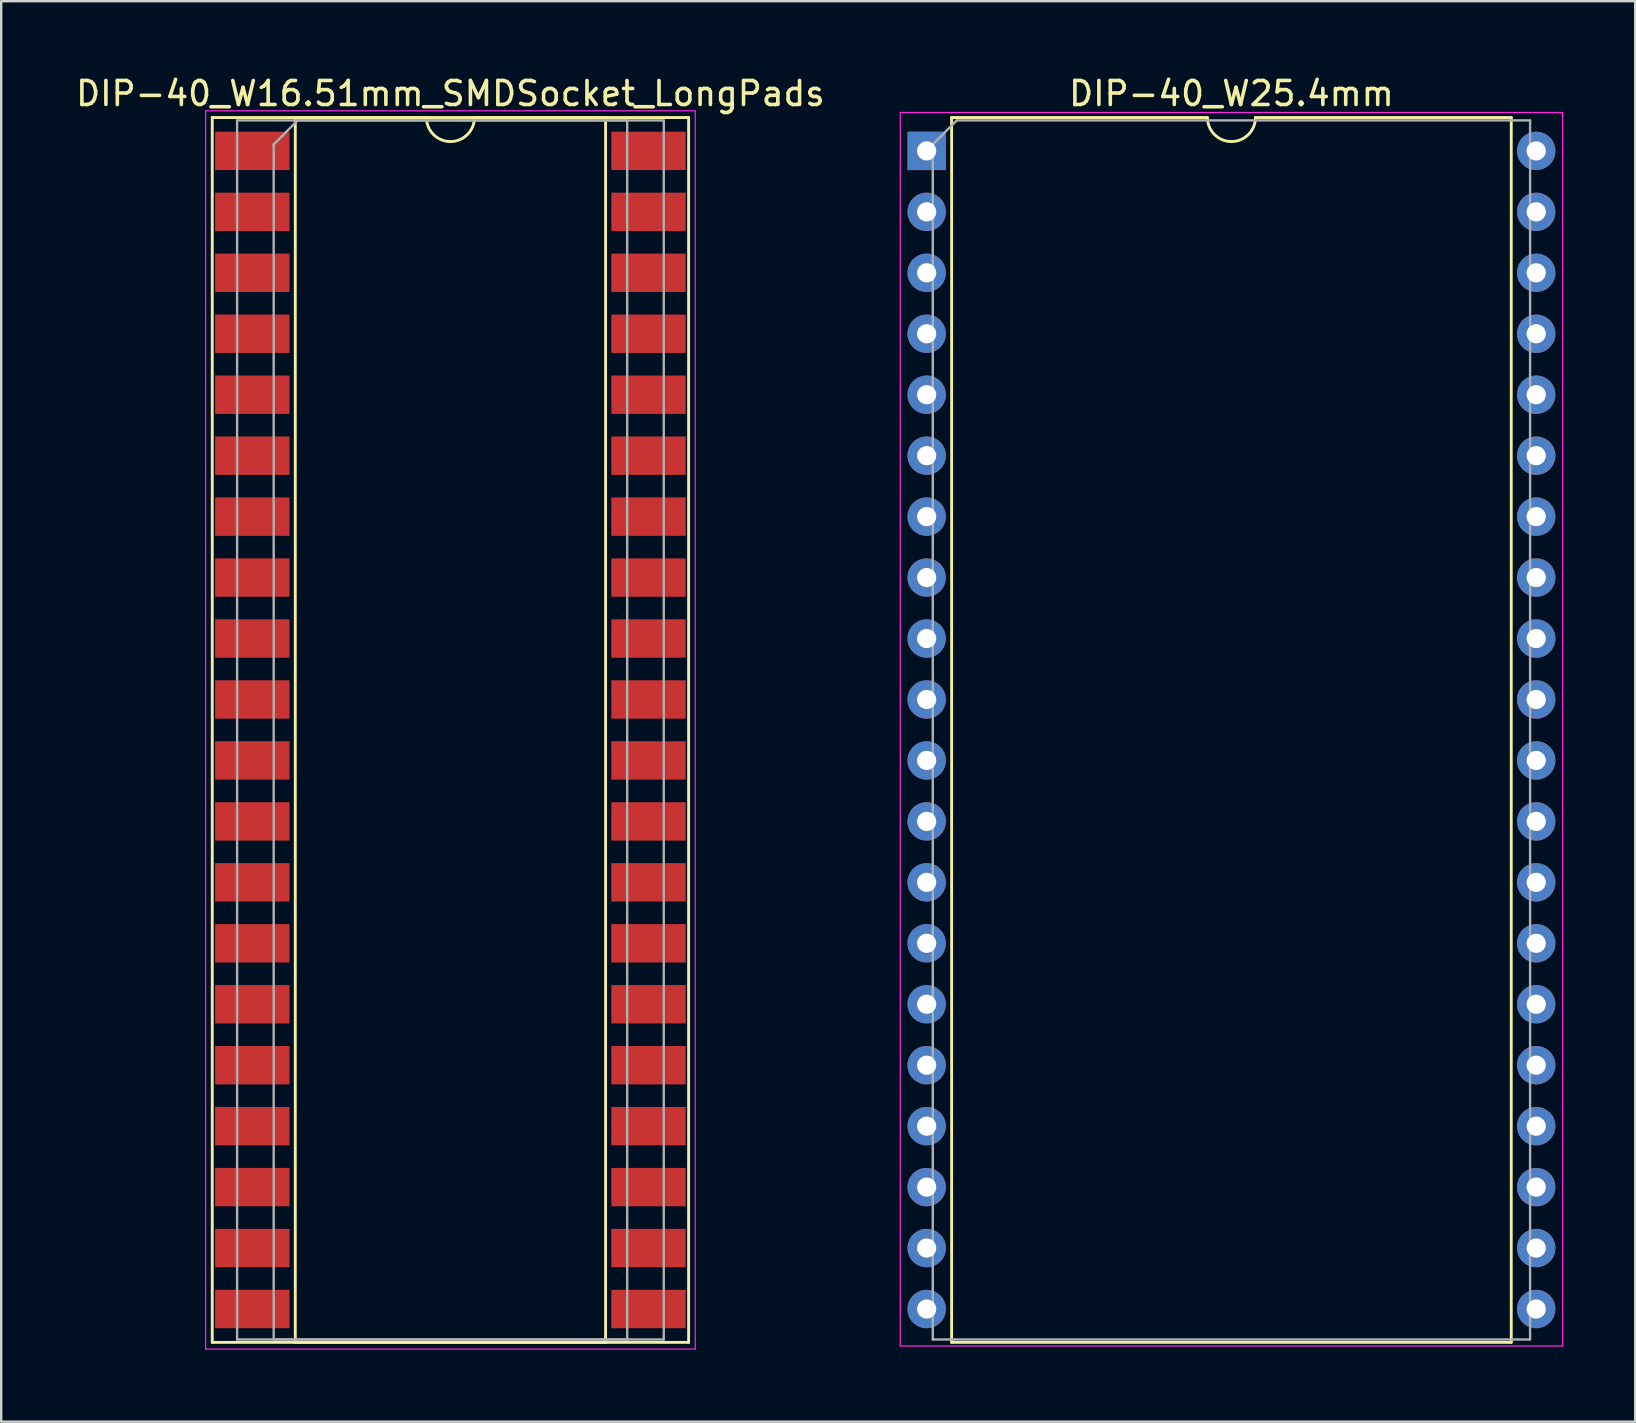
<source format=kicad_pcb>
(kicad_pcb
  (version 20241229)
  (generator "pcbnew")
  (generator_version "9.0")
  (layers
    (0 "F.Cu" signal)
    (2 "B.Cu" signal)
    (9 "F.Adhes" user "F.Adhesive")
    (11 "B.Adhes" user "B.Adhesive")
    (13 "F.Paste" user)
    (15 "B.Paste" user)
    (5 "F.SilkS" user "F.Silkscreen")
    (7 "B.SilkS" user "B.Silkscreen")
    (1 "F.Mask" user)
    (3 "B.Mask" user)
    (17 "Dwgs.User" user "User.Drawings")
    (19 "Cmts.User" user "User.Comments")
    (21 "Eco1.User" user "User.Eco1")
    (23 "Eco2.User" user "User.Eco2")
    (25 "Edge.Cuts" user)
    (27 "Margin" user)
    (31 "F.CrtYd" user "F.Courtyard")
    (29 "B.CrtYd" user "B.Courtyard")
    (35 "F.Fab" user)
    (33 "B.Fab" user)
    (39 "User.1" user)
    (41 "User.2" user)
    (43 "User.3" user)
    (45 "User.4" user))
  (footprint "DIP-40_W16.51mm_SMDSocket_LongPads"
    (layer "F.Cu")
    (at 15.72 27.368)
    (property "Reference" "DIP-40_W16.51mm_SMDSocket_LongPads" (at 0 -26.52 0) (layer "F.SilkS") (effects (font (size 1 1) (thickness 0.15))))
    (attr smd)
    (fp_line (start -9.925 -25.52) (end -9.925 25.52) (stroke (width 0.12) (type solid)) (layer "F.SilkS"))
    (fp_line (start -9.925 25.52) (end 9.925 25.52) (stroke (width 0.12) (type solid)) (layer "F.SilkS"))
    (fp_line (start -6.465 -25.52) (end -6.465 25.52) (stroke (width 0.12) (type solid)) (layer "F.SilkS"))
    (fp_line (start -6.465 25.52) (end 6.465 25.52) (stroke (width 0.12) (type solid)) (layer "F.SilkS"))
    (fp_line (start -1 -25.52) (end -6.465 -25.52) (stroke (width 0.12) (type solid)) (layer "F.SilkS"))
    (fp_line (start 6.465 -25.52) (end 1 -25.52) (stroke (width 0.12) (type solid)) (layer "F.SilkS"))
    (fp_line (start 6.465 25.52) (end 6.465 -25.52) (stroke (width 0.12) (type solid)) (layer "F.SilkS"))
    (fp_line (start 9.925 -25.52) (end -9.925 -25.52) (stroke (width 0.12) (type solid)) (layer "F.SilkS"))
    (fp_line (start 9.925 25.52) (end 9.925 -25.52) (stroke (width 0.12) (type solid)) (layer "F.SilkS"))
    (fp_arc (start 1 -25.52) (mid 0 -24.52) (end -1 -25.52) (stroke (width 0.12) (type solid)) (layer "F.SilkS"))
    (fp_line (start -10.2 -25.8) (end -10.2 25.8) (stroke (width 0.05) (type solid)) (layer "F.CrtYd"))
    (fp_line (start -10.2 25.8) (end 10.2 25.8) (stroke (width 0.05) (type solid)) (layer "F.CrtYd"))
    (fp_line (start 10.2 -25.8) (end -10.2 -25.8) (stroke (width 0.05) (type solid)) (layer "F.CrtYd"))
    (fp_line (start 10.2 25.8) (end 10.2 -25.8) (stroke (width 0.05) (type solid)) (layer "F.CrtYd"))
    (fp_line (start -8.89 -25.4) (end -8.89 25.4) (stroke (width 0.1) (type solid)) (layer "F.Fab"))
    (fp_line (start -8.89 25.4) (end 8.89 25.4) (stroke (width 0.1) (type solid)) (layer "F.Fab"))
    (fp_line (start -7.365 -24.4) (end -6.365 -25.4) (stroke (width 0.1) (type solid)) (layer "F.Fab"))
    (fp_line (start -7.365 25.4) (end -7.365 -24.4) (stroke (width 0.1) (type solid)) (layer "F.Fab"))
    (fp_line (start -6.365 -25.4) (end 7.365 -25.4) (stroke (width 0.1) (type solid)) (layer "F.Fab"))
    (fp_line (start 7.365 -25.4) (end 7.365 25.4) (stroke (width 0.1) (type solid)) (layer "F.Fab"))
    (fp_line (start 7.365 25.4) (end -7.365 25.4) (stroke (width 0.1) (type solid)) (layer "F.Fab"))
    (fp_line (start 8.89 -25.4) (end -8.89 -25.4) (stroke (width 0.1) (type solid)) (layer "F.Fab"))
    (fp_line (start 8.89 25.4) (end 8.89 -25.4) (stroke (width 0.1) (type solid)) (layer "F.Fab"))
    (pad "1" smd rect (at -8.255 -24.13) (size 3.1 1.6) (layers "F.Cu" "F.Mask"))
    (pad "2" smd rect (at -8.255 -21.59) (size 3.1 1.6) (layers "F.Cu" "F.Mask"))
    (pad "3" smd rect (at -8.255 -19.05) (size 3.1 1.6) (layers "F.Cu" "F.Mask"))
    (pad "4" smd rect (at -8.255 -16.51) (size 3.1 1.6) (layers "F.Cu" "F.Mask"))
    (pad "5" smd rect (at -8.255 -13.97) (size 3.1 1.6) (layers "F.Cu" "F.Mask"))
    (pad "6" smd rect (at -8.255 -11.43) (size 3.1 1.6) (layers "F.Cu" "F.Mask"))
    (pad "7" smd rect (at -8.255 -8.89) (size 3.1 1.6) (layers "F.Cu" "F.Mask"))
    (pad "8" smd rect (at -8.255 -6.35) (size 3.1 1.6) (layers "F.Cu" "F.Mask"))
    (pad "9" smd rect (at -8.255 -3.81) (size 3.1 1.6) (layers "F.Cu" "F.Mask"))
    (pad "10" smd rect (at -8.255 -1.27) (size 3.1 1.6) (layers "F.Cu" "F.Mask"))
    (pad "11" smd rect (at -8.255 1.27) (size 3.1 1.6) (layers "F.Cu" "F.Mask"))
    (pad "12" smd rect (at -8.255 3.81) (size 3.1 1.6) (layers "F.Cu" "F.Mask"))
    (pad "13" smd rect (at -8.255 6.35) (size 3.1 1.6) (layers "F.Cu" "F.Mask"))
    (pad "14" smd rect (at -8.255 8.89) (size 3.1 1.6) (layers "F.Cu" "F.Mask"))
    (pad "15" smd rect (at -8.255 11.43) (size 3.1 1.6) (layers "F.Cu" "F.Mask"))
    (pad "16" smd rect (at -8.255 13.97) (size 3.1 1.6) (layers "F.Cu" "F.Mask"))
    (pad "17" smd rect (at -8.255 16.51) (size 3.1 1.6) (layers "F.Cu" "F.Mask"))
    (pad "18" smd rect (at -8.255 19.05) (size 3.1 1.6) (layers "F.Cu" "F.Mask"))
    (pad "19" smd rect (at -8.255 21.59) (size 3.1 1.6) (layers "F.Cu" "F.Mask"))
    (pad "20" smd rect (at -8.255 24.13) (size 3.1 1.6) (layers "F.Cu" "F.Mask"))
    (pad "21" smd rect (at 8.255 24.13) (size 3.1 1.6) (layers "F.Cu" "F.Mask"))
    (pad "22" smd rect (at 8.255 21.59) (size 3.1 1.6) (layers "F.Cu" "F.Mask"))
    (pad "23" smd rect (at 8.255 19.05) (size 3.1 1.6) (layers "F.Cu" "F.Mask"))
    (pad "24" smd rect (at 8.255 16.51) (size 3.1 1.6) (layers "F.Cu" "F.Mask"))
    (pad "25" smd rect (at 8.255 13.97) (size 3.1 1.6) (layers "F.Cu" "F.Mask"))
    (pad "26" smd rect (at 8.255 11.43) (size 3.1 1.6) (layers "F.Cu" "F.Mask"))
    (pad "27" smd rect (at 8.255 8.89) (size 3.1 1.6) (layers "F.Cu" "F.Mask"))
    (pad "28" smd rect (at 8.255 6.35) (size 3.1 1.6) (layers "F.Cu" "F.Mask"))
    (pad "29" smd rect (at 8.255 3.81) (size 3.1 1.6) (layers "F.Cu" "F.Mask"))
    (pad "30" smd rect (at 8.255 1.27) (size 3.1 1.6) (layers "F.Cu" "F.Mask"))
    (pad "31" smd rect (at 8.255 -1.27) (size 3.1 1.6) (layers "F.Cu" "F.Mask"))
    (pad "32" smd rect (at 8.255 -3.81) (size 3.1 1.6) (layers "F.Cu" "F.Mask"))
    (pad "33" smd rect (at 8.255 -6.35) (size 3.1 1.6) (layers "F.Cu" "F.Mask"))
    (pad "34" smd rect (at 8.255 -8.89) (size 3.1 1.6) (layers "F.Cu" "F.Mask"))
    (pad "35" smd rect (at 8.255 -11.43) (size 3.1 1.6) (layers "F.Cu" "F.Mask"))
    (pad "36" smd rect (at 8.255 -13.97) (size 3.1 1.6) (layers "F.Cu" "F.Mask"))
    (pad "37" smd rect (at 8.255 -16.51) (size 3.1 1.6) (layers "F.Cu" "F.Mask"))
    (pad "38" smd rect (at 8.255 -19.05) (size 3.1 1.6) (layers "F.Cu" "F.Mask"))
    (pad "39" smd rect (at 8.255 -21.59) (size 3.1 1.6) (layers "F.Cu" "F.Mask"))
    (pad "40" smd rect (at 8.255 -24.13) (size 3.1 1.6) (layers "F.Cu" "F.Mask")))
  (footprint "DIP-40_W25.4mm"
    (layer "F.Cu")
    (at 35.565 3.238)
    (property "Reference" "DIP-40_W25.4mm" (at 12.7 -2.39 0) (layer "F.SilkS") (effects (font (size 1 1) (thickness 0.15))))
    (attr through_hole)
    (fp_line (start 1.04 -1.39) (end 1.04 49.65) (stroke (width 0.12) (type solid)) (layer "F.SilkS"))
    (fp_line (start 1.04 49.65) (end 24.36 49.65) (stroke (width 0.12) (type solid)) (layer "F.SilkS"))
    (fp_line (start 11.7 -1.39) (end 1.04 -1.39) (stroke (width 0.12) (type solid)) (layer "F.SilkS"))
    (fp_line (start 24.36 -1.39) (end 13.7 -1.39) (stroke (width 0.12) (type solid)) (layer "F.SilkS"))
    (fp_line (start 24.36 49.65) (end 24.36 -1.39) (stroke (width 0.12) (type solid)) (layer "F.SilkS"))
    (fp_arc (start 13.7 -1.39) (mid 12.7 -0.39) (end 11.7 -1.39) (stroke (width 0.12) (type solid)) (layer "F.SilkS"))
    (fp_line (start -1.1 -1.6) (end -1.1 49.8) (stroke (width 0.05) (type solid)) (layer "F.CrtYd"))
    (fp_line (start -1.1 49.8) (end 26.5 49.8) (stroke (width 0.05) (type solid)) (layer "F.CrtYd"))
    (fp_line (start 26.5 -1.6) (end -1.1 -1.6) (stroke (width 0.05) (type solid)) (layer "F.CrtYd"))
    (fp_line (start 26.5 49.8) (end 26.5 -1.6) (stroke (width 0.05) (type solid)) (layer "F.CrtYd"))
    (fp_line (start 0.255 -0.27) (end 1.255 -1.27) (stroke (width 0.1) (type solid)) (layer "F.Fab"))
    (fp_line (start 0.255 49.53) (end 0.255 -0.27) (stroke (width 0.1) (type solid)) (layer "F.Fab"))
    (fp_line (start 1.255 -1.27) (end 25.145 -1.27) (stroke (width 0.1) (type solid)) (layer "F.Fab"))
    (fp_line (start 25.145 -1.27) (end 25.145 49.53) (stroke (width 0.1) (type solid)) (layer "F.Fab"))
    (fp_line (start 25.145 49.53) (end 0.255 49.53) (stroke (width 0.1) (type solid)) (layer "F.Fab"))
    (pad "1" thru_hole rect (at 0 0) (size 1.6 1.6) (drill 0.8) (layers "*.Cu" "*.Mask"))
    (pad "2" thru_hole oval (at 0 2.54) (size 1.6 1.6) (drill 0.8) (layers "*.Cu" "*.Mask"))
    (pad "3" thru_hole oval (at 0 5.08) (size 1.6 1.6) (drill 0.8) (layers "*.Cu" "*.Mask"))
    (pad "4" thru_hole oval (at 0 7.62) (size 1.6 1.6) (drill 0.8) (layers "*.Cu" "*.Mask"))
    (pad "5" thru_hole oval (at 0 10.16) (size 1.6 1.6) (drill 0.8) (layers "*.Cu" "*.Mask"))
    (pad "6" thru_hole oval (at 0 12.7) (size 1.6 1.6) (drill 0.8) (layers "*.Cu" "*.Mask"))
    (pad "7" thru_hole oval (at 0 15.24) (size 1.6 1.6) (drill 0.8) (layers "*.Cu" "*.Mask"))
    (pad "8" thru_hole oval (at 0 17.78) (size 1.6 1.6) (drill 0.8) (layers "*.Cu" "*.Mask"))
    (pad "9" thru_hole oval (at 0 20.32) (size 1.6 1.6) (drill 0.8) (layers "*.Cu" "*.Mask"))
    (pad "10" thru_hole oval (at 0 22.86) (size 1.6 1.6) (drill 0.8) (layers "*.Cu" "*.Mask"))
    (pad "11" thru_hole oval (at 0 25.4) (size 1.6 1.6) (drill 0.8) (layers "*.Cu" "*.Mask"))
    (pad "12" thru_hole oval (at 0 27.94) (size 1.6 1.6) (drill 0.8) (layers "*.Cu" "*.Mask"))
    (pad "13" thru_hole oval (at 0 30.48) (size 1.6 1.6) (drill 0.8) (layers "*.Cu" "*.Mask"))
    (pad "14" thru_hole oval (at 0 33.02) (size 1.6 1.6) (drill 0.8) (layers "*.Cu" "*.Mask"))
    (pad "15" thru_hole oval (at 0 35.56) (size 1.6 1.6) (drill 0.8) (layers "*.Cu" "*.Mask"))
    (pad "16" thru_hole oval (at 0 38.1) (size 1.6 1.6) (drill 0.8) (layers "*.Cu" "*.Mask"))
    (pad "17" thru_hole oval (at 0 40.64) (size 1.6 1.6) (drill 0.8) (layers "*.Cu" "*.Mask"))
    (pad "18" thru_hole oval (at 0 43.18) (size 1.6 1.6) (drill 0.8) (layers "*.Cu" "*.Mask"))
    (pad "19" thru_hole oval (at 0 45.72) (size 1.6 1.6) (drill 0.8) (layers "*.Cu" "*.Mask"))
    (pad "20" thru_hole oval (at 0 48.26) (size 1.6 1.6) (drill 0.8) (layers "*.Cu" "*.Mask"))
    (pad "21" thru_hole oval (at 25.4 48.26) (size 1.6 1.6) (drill 0.8) (layers "*.Cu" "*.Mask"))
    (pad "22" thru_hole oval (at 25.4 45.72) (size 1.6 1.6) (drill 0.8) (layers "*.Cu" "*.Mask"))
    (pad "23" thru_hole oval (at 25.4 43.18) (size 1.6 1.6) (drill 0.8) (layers "*.Cu" "*.Mask"))
    (pad "24" thru_hole oval (at 25.4 40.64) (size 1.6 1.6) (drill 0.8) (layers "*.Cu" "*.Mask"))
    (pad "25" thru_hole oval (at 25.4 38.1) (size 1.6 1.6) (drill 0.8) (layers "*.Cu" "*.Mask"))
    (pad "26" thru_hole oval (at 25.4 35.56) (size 1.6 1.6) (drill 0.8) (layers "*.Cu" "*.Mask"))
    (pad "27" thru_hole oval (at 25.4 33.02) (size 1.6 1.6) (drill 0.8) (layers "*.Cu" "*.Mask"))
    (pad "28" thru_hole oval (at 25.4 30.48) (size 1.6 1.6) (drill 0.8) (layers "*.Cu" "*.Mask"))
    (pad "29" thru_hole oval (at 25.4 27.94) (size 1.6 1.6) (drill 0.8) (layers "*.Cu" "*.Mask"))
    (pad "30" thru_hole oval (at 25.4 25.4) (size 1.6 1.6) (drill 0.8) (layers "*.Cu" "*.Mask"))
    (pad "31" thru_hole oval (at 25.4 22.86) (size 1.6 1.6) (drill 0.8) (layers "*.Cu" "*.Mask"))
    (pad "32" thru_hole oval (at 25.4 20.32) (size 1.6 1.6) (drill 0.8) (layers "*.Cu" "*.Mask"))
    (pad "33" thru_hole oval (at 25.4 17.78) (size 1.6 1.6) (drill 0.8) (layers "*.Cu" "*.Mask"))
    (pad "34" thru_hole oval (at 25.4 15.24) (size 1.6 1.6) (drill 0.8) (layers "*.Cu" "*.Mask"))
    (pad "35" thru_hole oval (at 25.4 12.7) (size 1.6 1.6) (drill 0.8) (layers "*.Cu" "*.Mask"))
    (pad "36" thru_hole oval (at 25.4 10.16) (size 1.6 1.6) (drill 0.8) (layers "*.Cu" "*.Mask"))
    (pad "37" thru_hole oval (at 25.4 7.62) (size 1.6 1.6) (drill 0.8) (layers "*.Cu" "*.Mask"))
    (pad "38" thru_hole oval (at 25.4 5.08) (size 1.6 1.6) (drill 0.8) (layers "*.Cu" "*.Mask"))
    (pad "39" thru_hole oval (at 25.4 2.54) (size 1.6 1.6) (drill 0.8) (layers "*.Cu" "*.Mask"))
    (pad "40" thru_hole oval (at 25.4 0) (size 1.6 1.6) (drill 0.8) (layers "*.Cu" "*.Mask")))
  (gr_rect
    (start -3 -3)
    (end 65.09 56.193)
    (stroke (width 0.1) (type default))
    (fill no)
    (layer "Edge.Cuts")))
</source>
